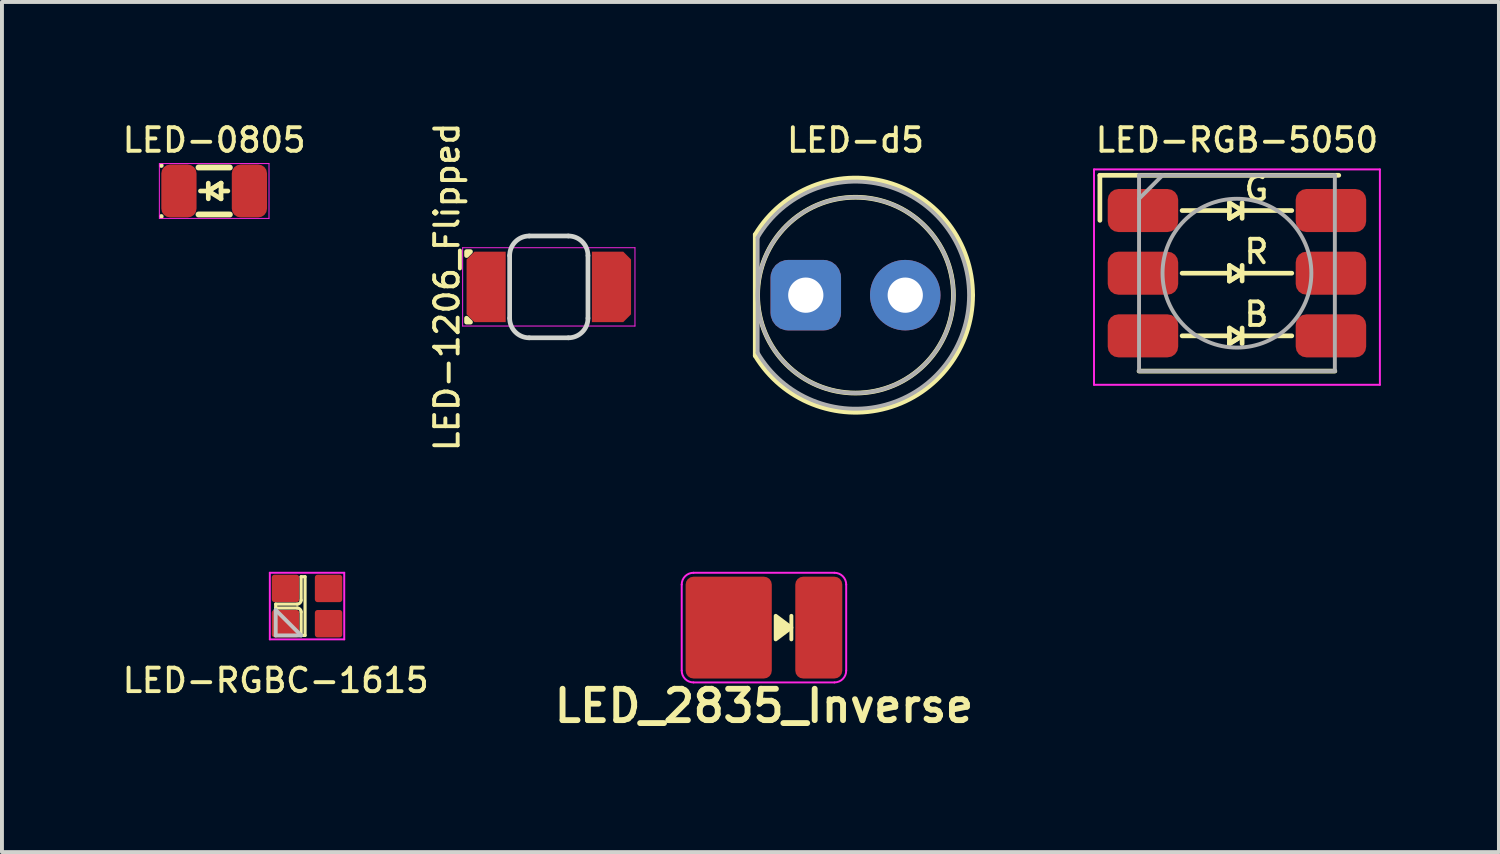
<source format=kicad_pcb>
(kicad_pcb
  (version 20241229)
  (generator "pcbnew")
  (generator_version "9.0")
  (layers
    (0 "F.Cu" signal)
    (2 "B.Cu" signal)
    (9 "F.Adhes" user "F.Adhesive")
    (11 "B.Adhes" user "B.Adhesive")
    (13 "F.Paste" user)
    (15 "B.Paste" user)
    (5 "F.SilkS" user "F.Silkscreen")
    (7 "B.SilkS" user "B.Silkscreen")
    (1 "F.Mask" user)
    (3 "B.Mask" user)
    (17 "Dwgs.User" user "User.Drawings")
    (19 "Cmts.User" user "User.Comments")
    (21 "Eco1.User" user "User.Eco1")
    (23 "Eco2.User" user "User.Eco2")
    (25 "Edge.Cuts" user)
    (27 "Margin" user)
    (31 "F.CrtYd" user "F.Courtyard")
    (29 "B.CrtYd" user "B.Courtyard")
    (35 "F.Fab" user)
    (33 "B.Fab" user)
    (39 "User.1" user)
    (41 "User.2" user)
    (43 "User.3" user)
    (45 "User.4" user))
  (footprint "LED-0805"
    (layer "F.Cu")
    (at 2.419 1.827)
    (property "Reference" "LED-0805" (at 0 -1.3 0) (layer "F.SilkS") (effects (font (size 0.6 0.6) (thickness 0.1))))
    (attr through_hole)
    (fp_line (start -1.35 -0.65) (end -1.35 -0.65) (stroke (width 0.12) (type solid)) (layer "F.SilkS"))
    (fp_line (start -1.35 0.65) (end -1.35 0.65) (stroke (width 0.12) (type solid)) (layer "F.SilkS"))
    (fp_line (start -0.4 -0.6) (end 0.4 -0.6) (stroke (width 0.15) (type solid)) (layer "F.SilkS"))
    (fp_line (start -0.4 0.6) (end 0.4 0.6) (stroke (width 0.15) (type solid)) (layer "F.SilkS"))
    (fp_line (start -0.35 0) (end -0.15 0) (stroke (width 0.12) (type solid)) (layer "F.SilkS"))
    (fp_line (start -0.15 0) (end 0.175 -0.2) (stroke (width 0.12) (type solid)) (layer "F.SilkS"))
    (fp_line (start -0.15 0) (end 0.175 -0.2) (stroke (width 0.12) (type solid)) (layer "F.SilkS"))
    (fp_line (start -0.15 0) (end 0.175 0.2) (stroke (width 0.12) (type solid)) (layer "F.SilkS"))
    (fp_line (start -0.15 0.2) (end -0.15 -0.2) (stroke (width 0.12) (type solid)) (layer "F.SilkS"))
    (fp_line (start 0.175 0.2) (end 0.175 -0.2) (stroke (width 0.12) (type solid)) (layer "F.SilkS"))
    (fp_line (start 0.35 0) (end 0.175 0) (stroke (width 0.12) (type solid)) (layer "F.SilkS"))
    (fp_line (start -1.4 -0.7) (end 1.4 -0.7) (stroke (width 0.025) (type solid)) (layer "F.CrtYd"))
    (fp_line (start -1.4 0.7) (end -1.4 -0.7) (stroke (width 0.025) (type solid)) (layer "F.CrtYd"))
    (fp_line (start 1.4 -0.7) (end 1.4 0.7) (stroke (width 0.025) (type solid)) (layer "F.CrtYd"))
    (fp_line (start 1.4 0.7) (end -1.4 0.7) (stroke (width 0.025) (type solid)) (layer "F.CrtYd"))
    (pad "1" smd roundrect (at -0.9 0) (size 0.9 1.35) (layers "F.Cu" "F.Mask" "F.Paste") (roundrect_rratio 0.25))
    (pad "2" smd roundrect (at 0.9 0) (size 0.9 1.35) (layers "F.Cu" "F.Mask" "F.Paste") (roundrect_rratio 0.25)))
  (footprint "LED-RGBC-1615"
    (layer "F.Cu")
    (at 3.99 13.176)
    (property "Reference" "LED-RGBC-1615" (at 0 1.15 180) (layer "F.SilkS") (effects (font (size 0.6 0.6) (thickness 0.1) (bold yes))))
    (attr smd)
    (fp_line (start 0 -0.8) (end 0 -0.7) (stroke (width 0.08) (type solid)) (layer "F.SilkS"))
    (fp_line (start 0 -0.7) (end 0.55 -0.7) (stroke (width 0.08) (type solid)) (layer "F.SilkS"))
    (fp_line (start 0.55 -0.8) (end 0 -0.8) (stroke (width 0.08) (type solid)) (layer "F.SilkS"))
    (fp_line (start 0.65 -1.5) (end 0.65 -0.9) (stroke (width 0.08) (type solid)) (layer "F.SilkS"))
    (fp_line (start 0.65 -1.5) (end 0.75 -1.5) (stroke (width 0.08) (type solid)) (layer "F.SilkS"))
    (fp_line (start 0.65 -0.6) (end 0.65 0) (stroke (width 0.08) (type solid)) (layer "F.SilkS"))
    (fp_line (start 0.65 0) (end 0.75 0) (stroke (width 0.08) (type solid)) (layer "F.SilkS"))
    (fp_line (start 0.75 -1.5) (end 0.75 0) (stroke (width 0.08) (type solid)) (layer "F.SilkS"))
    (fp_arc (start 0.55 -0.7) (mid 0.620711 -0.670711) (end 0.65 -0.6) (stroke (width 0.08) (type solid)) (layer "F.SilkS"))
    (fp_arc (start 0.65 -0.9) (mid 0.620711 -0.829289) (end 0.55 -0.8) (stroke (width 0.08) (type solid)) (layer "F.SilkS"))
    (fp_line (start 0 -0.65) (end 0.65 0) (stroke (width 0.1) (type default)) (layer "Dwgs.User"))
    (fp_line (start 0 0) (end 0 -0.65) (stroke (width 0.1) (type default)) (layer "Dwgs.User"))
    (fp_line (start 0.65 0) (end 0 0) (stroke (width 0.1) (type default)) (layer "Dwgs.User"))
    (fp_line (start -0.15 -1.6) (end -0.15 0.1) (stroke (width 0.05) (type solid)) (layer "F.CrtYd"))
    (fp_line (start -0.15 0.1) (end 1.75 0.1) (stroke (width 0.05) (type solid)) (layer "F.CrtYd"))
    (fp_line (start 1.75 -1.6) (end -0.15 -1.6) (stroke (width 0.05) (type solid)) (layer "F.CrtYd"))
    (fp_line (start 1.75 0.1) (end 1.75 -1.6) (stroke (width 0.05) (type solid)) (layer "F.CrtYd"))
    (pad "1" smd roundrect (at 0.25 -1.2 180) (size 0.7 0.7) (layers "F.Cu" "F.Mask" "F.Paste") (roundrect_rratio 0.1))
    (pad "2" smd roundrect (at 1.35 -1.2 180) (size 0.7 0.7) (layers "F.Cu" "F.Mask" "F.Paste") (roundrect_rratio 0.1))
    (pad "3" smd roundrect (at 0.25 -0.3 180) (size 0.7 0.7) (layers "F.Cu" "F.Mask" "F.Paste") (roundrect_rratio 0.1))
    (pad "4" smd roundrect (at 1.35 -0.3 180) (size 0.7 0.7) (layers "F.Cu" "F.Mask" "F.Paste") (roundrect_rratio 0.1)))
  (footprint "LED_2835_Inverse"
    (layer "F.Cu")
    (at 16.458 12.976)
    (property "Reference" "LED_2835_Inverse" (at 0 2 180) (layer "F.SilkS") (effects (font (size 0.8 0.8) (thickness 0.15))))
    (attr smd)
    (fp_line (start 0.7 -0.3) (end 0.7 0.3) (stroke (width 0.1) (type default)) (layer "F.SilkS"))
    (fp_poly (pts (xy 0.3 -0.3) (xy 0.3 0.3) (xy 0.7 0)) (stroke (width 0.1) (type solid)) (fill yes) (layer "F.SilkS"))
    (fp_line (start -2.1 1.1) (end -2.1 -1.1) (stroke (width 0.05) (type solid)) (layer "F.CrtYd"))
    (fp_line (start -1.8 -1.4) (end 1.8 -1.4) (stroke (width 0.05) (type solid)) (layer "F.CrtYd"))
    (fp_line (start 1.8 1.4) (end -1.8 1.4) (stroke (width 0.05) (type solid)) (layer "F.CrtYd"))
    (fp_line (start 2.1 -1.1) (end 2.1 1.1) (stroke (width 0.05) (type solid)) (layer "F.CrtYd"))
    (fp_arc (start -2.1 -1.1) (mid -2.012132 -1.312132) (end -1.8 -1.4) (stroke (width 0.05) (type default)) (layer "F.CrtYd"))
    (fp_arc (start -1.8 1.4) (mid -2.012132 1.312132) (end -2.1 1.1) (stroke (width 0.05) (type default)) (layer "F.CrtYd"))
    (fp_arc (start 1.8 -1.4) (mid 2.012132 -1.312132) (end 2.1 -1.1) (stroke (width 0.05) (type default)) (layer "F.CrtYd"))
    (fp_arc (start 2.1 1.1) (mid 2.012132 1.312132) (end 1.8 1.4) (stroke (width 0.05) (type default)) (layer "F.CrtYd"))
    (pad "1" smd roundrect (at 1.4 0) (size 1.2 2.6) (layers "F.Cu" "F.Mask" "F.Paste") (roundrect_rratio 0.167))
    (pad "2" smd roundrect (at -0.9 0) (size 2.2 2.6) (layers "F.Cu" "F.Mask" "F.Paste") (roundrect_rratio 0.091)))
  (footprint "LED-1206_Flipped"
    (layer "F.Cu")
    (at 10.964 4.276)
    (property "Reference" "LED-1206_Flipped" (at -2.6 0 90) (layer "F.SilkS") (effects (font (size 0.6 0.6) (thickness 0.1))))
    (attr through_hole exclude_from_pos_files exclude_from_bom)
    (fp_poly (pts (xy -2.1 -0.8) (xy -2 -0.9) (xy -2.1 -0.9)) (stroke (width 0.12) (type solid)) (fill yes) (layer "F.SilkS"))
    (fp_poly (pts (xy -2.1 0.9) (xy -2 0.9) (xy -2.1 0.8)) (stroke (width 0.12) (type solid)) (fill yes) (layer "F.SilkS"))
    (fp_line (start -1 -0.8) (end -1 0.8) (stroke (width 0.12) (type default)) (layer "Edge.Cuts"))
    (fp_line (start -0.5 1.3) (end 0.5 1.3) (stroke (width 0.12) (type default)) (layer "Edge.Cuts"))
    (fp_line (start 0.5 -1.3) (end -0.5 -1.3) (stroke (width 0.12) (type default)) (layer "Edge.Cuts"))
    (fp_line (start 1 0.8) (end 1 -0.8) (stroke (width 0.12) (type default)) (layer "Edge.Cuts"))
    (fp_arc (start -1 -0.8) (mid -0.853553 -1.153553) (end -0.5 -1.3) (stroke (width 0.12) (type default)) (layer "Edge.Cuts"))
    (fp_arc (start -0.5 1.3) (mid -0.853553 1.153553) (end -1 0.8) (stroke (width 0.12) (type default)) (layer "Edge.Cuts"))
    (fp_arc (start 0.5 -1.3) (mid 0.853553 -1.153553) (end 1 -0.8) (stroke (width 0.12) (type default)) (layer "Edge.Cuts"))
    (fp_arc (start 1 0.8) (mid 0.853553 1.153553) (end 0.5 1.3) (stroke (width 0.12) (type default)) (layer "Edge.Cuts"))
    (fp_line (start -2.2 -1) (end 2.2 -1) (stroke (width 0.025) (type solid)) (layer "F.CrtYd"))
    (fp_line (start -2.2 1) (end -2.2 -1) (stroke (width 0.025) (type solid)) (layer "F.CrtYd"))
    (fp_line (start 2.2 -1) (end 2.2 1) (stroke (width 0.025) (type solid)) (layer "F.CrtYd"))
    (fp_line (start 2.2 1) (end -2.2 1) (stroke (width 0.025) (type solid)) (layer "F.CrtYd"))
    (pad "1" smd roundrect (at -1.6 0) (size 1 1.8) (layers "F.Cu" "F.Mask" "F.Paste") (roundrect_rratio 0) (chamfer_ratio 0.2) (chamfer top_left bottom_left))
    (pad "2" smd roundrect (at 1.6 0 180) (size 1 1.8) (layers "F.Cu" "F.Mask" "F.Paste") (roundrect_rratio 0) (chamfer_ratio 0.2) (chamfer top_left bottom_left)))
  (footprint "LED-RGB-5050"
    (layer "F.Cu")
    (at 28.536 3.926)
    (property "Reference" "LED-RGB-5050" (at 0 -3.4 180) (layer "F.SilkS") (effects (font (size 0.6 0.6) (thickness 0.1) (bold yes))))
    (attr smd)
    (fp_line (start -3.5 -2.5) (end 2.6 -2.5) (stroke (width 0.12) (type solid)) (layer "F.SilkS"))
    (fp_line (start -3.5 -1.35) (end -3.5 -2.5) (stroke (width 0.12) (type solid)) (layer "F.SilkS"))
    (fp_line (start -1.4 -1.6) (end -0.193 -1.6) (stroke (width 0.12) (type solid)) (layer "F.SilkS"))
    (fp_line (start -1.4 0) (end -0.193 0) (stroke (width 0.12) (type solid)) (layer "F.SilkS"))
    (fp_line (start -1.4 1.6) (end -0.193 1.6) (stroke (width 0.12) (type solid)) (layer "F.SilkS"))
    (fp_line (start -0.193 -1.8) (end -0.193 -1.4) (stroke (width 0.12) (type solid)) (layer "F.SilkS"))
    (fp_line (start -0.193 -0.2) (end -0.193 0.2) (stroke (width 0.12) (type solid)) (layer "F.SilkS"))
    (fp_line (start -0.193 1.4) (end -0.193 1.8) (stroke (width 0.12) (type solid)) (layer "F.SilkS"))
    (fp_line (start 0.132 -1.8) (end 0.132 -1.4) (stroke (width 0.12) (type solid)) (layer "F.SilkS"))
    (fp_line (start 0.132 -1.6) (end -0.193 -1.8) (stroke (width 0.12) (type solid)) (layer "F.SilkS"))
    (fp_line (start 0.132 -1.6) (end -0.193 -1.4) (stroke (width 0.12) (type solid)) (layer "F.SilkS"))
    (fp_line (start 0.132 -1.6) (end -0.193 -1.4) (stroke (width 0.12) (type solid)) (layer "F.SilkS"))
    (fp_line (start 0.132 -0.2) (end 0.132 0.2) (stroke (width 0.12) (type solid)) (layer "F.SilkS"))
    (fp_line (start 0.132 0) (end -0.193 -0.2) (stroke (width 0.12) (type solid)) (layer "F.SilkS"))
    (fp_line (start 0.132 0) (end -0.193 0.2) (stroke (width 0.12) (type solid)) (layer "F.SilkS"))
    (fp_line (start 0.132 0) (end -0.193 0.2) (stroke (width 0.12) (type solid)) (layer "F.SilkS"))
    (fp_line (start 0.132 1.4) (end 0.132 1.8) (stroke (width 0.12) (type solid)) (layer "F.SilkS"))
    (fp_line (start 0.132 1.6) (end -0.193 1.4) (stroke (width 0.12) (type solid)) (layer "F.SilkS"))
    (fp_line (start 0.132 1.6) (end -0.193 1.8) (stroke (width 0.12) (type solid)) (layer "F.SilkS"))
    (fp_line (start 0.132 1.6) (end -0.193 1.8) (stroke (width 0.12) (type solid)) (layer "F.SilkS"))
    (fp_line (start 1.4 -1.6) (end 0.132 -1.6) (stroke (width 0.12) (type solid)) (layer "F.SilkS"))
    (fp_line (start 1.4 0) (end 0.132 0) (stroke (width 0.12) (type solid)) (layer "F.SilkS"))
    (fp_line (start 1.4 1.6) (end 0.132 1.6) (stroke (width 0.12) (type solid)) (layer "F.SilkS"))
    (fp_line (start 2.5 2.5) (end -2.5 2.5) (stroke (width 0.12) (type solid)) (layer "F.SilkS"))
    (fp_line (start -3.65 -2.65) (end -3.65 2.85) (stroke (width 0.05) (type solid)) (layer "F.CrtYd"))
    (fp_line (start -3.65 2.85) (end 3.65 2.85) (stroke (width 0.05) (type solid)) (layer "F.CrtYd"))
    (fp_line (start 3.65 -2.65) (end -3.65 -2.65) (stroke (width 0.05) (type solid)) (layer "F.CrtYd"))
    (fp_line (start 3.65 2.85) (end 3.65 -2.65) (stroke (width 0.05) (type solid)) (layer "F.CrtYd"))
    (fp_line (start -2.5 -2.5) (end -2.5 2.5) (stroke (width 0.1) (type solid)) (layer "F.Fab"))
    (fp_line (start -2.5 -1.9) (end -1.9 -2.5) (stroke (width 0.1) (type solid)) (layer "F.Fab"))
    (fp_line (start -2.5 2.5) (end 2.5 2.5) (stroke (width 0.1) (type solid)) (layer "F.Fab"))
    (fp_line (start 2.5 -2.5) (end -2.5 -2.5) (stroke (width 0.1) (type solid)) (layer "F.Fab"))
    (fp_line (start 2.5 2.5) (end 2.5 -2.5) (stroke (width 0.1) (type solid)) (layer "F.Fab"))
    (fp_circle (center 0 0) (end 0 -1.9) (stroke (width 0.1) (type solid)) (fill no) (layer "F.Fab"))
    (fp_text user "B" (at 0.132 1.4 0) (unlocked yes) (layer "F.SilkS") (effects (font (size 0.6 0.6) (thickness 0.1) (bold yes)) (justify left bottom)))
    (fp_text user "G" (at 0.132 -1.8 0) (unlocked yes) (layer "F.SilkS") (effects (font (size 0.6 0.6) (thickness 0.1) (bold yes)) (justify left bottom)))
    (fp_text user "R" (at 0.132 -0.2 0) (unlocked yes) (layer "F.SilkS") (effects (font (size 0.6 0.6) (thickness 0.1) (bold yes)) (justify left bottom)))
    (pad "1" smd roundrect (at -2.4 -1.6 90) (size 1.1 1.8) (layers "F.Cu" "F.Mask" "F.Paste") (roundrect_rratio 0.25))
    (pad "2" smd roundrect (at -2.4 0 90) (size 1.1 1.8) (layers "F.Cu" "F.Mask" "F.Paste") (roundrect_rratio 0.25))
    (pad "3" smd roundrect (at -2.4 1.6 90) (size 1.1 1.8) (layers "F.Cu" "F.Mask" "F.Paste") (roundrect_rratio 0.25))
    (pad "4" smd roundrect (at 2.4 1.6 90) (size 1.1 1.8) (layers "F.Cu" "F.Mask" "F.Paste") (roundrect_rratio 0.25))
    (pad "5" smd roundrect (at 2.4 0 90) (size 1.1 1.8) (layers "F.Cu" "F.Mask" "F.Paste") (roundrect_rratio 0.25))
    (pad "6" smd roundrect (at 2.4 -1.6 90) (size 1.1 1.8) (layers "F.Cu" "F.Mask" "F.Paste") (roundrect_rratio 0.25)))
  (footprint "LED-d5"
    (layer "F.Cu")
    (at 17.526 4.487)
    (property "Reference" "LED-d5" (at 1.27 -3.96 0) (layer "F.SilkS") (effects (font (size 0.6 0.6) (thickness 0.1) (bold yes))))
    (attr through_hole)
    (fp_line (start -1.29 -1.545) (end -1.29 1.545) (stroke (width 0.12) (type solid)) (layer "F.SilkS"))
    (fp_arc (start -1.29 -1.54483) (mid 2.072002 -2.880433) (end 4.26 0.000462) (stroke (width 0.12) (type solid)) (layer "F.SilkS"))
    (fp_arc (start 4.26 -0.000462) (mid 2.072002 2.880433) (end -1.29 1.54483) (stroke (width 0.12) (type solid)) (layer "F.SilkS"))
    (fp_circle (center 1.27 0) (end 3.77 0) (stroke (width 0.12) (type solid)) (fill no) (layer "F.SilkS"))
    (fp_line (start -1.23 -1.47) (end -1.23 1.47) (stroke (width 0.1) (type solid)) (layer "F.Fab"))
    (fp_arc (start -1.23 -1.469694) (mid 4.17 0.000016) (end -1.230016 1.469666) (stroke (width 0.1) (type solid)) (layer "F.Fab"))
    (fp_circle (center 1.27 0) (end 3.77 0) (stroke (width 0.1) (type solid)) (fill no) (layer "F.Fab"))
    (pad "1" thru_hole roundrect (at 0 0) (size 1.8 1.8) (drill 0.9) (layers "*.Cu" "*.Mask") (roundrect_rratio 0.25))
    (pad "2" thru_hole circle (at 2.54 0) (size 1.8 1.8) (drill 0.9) (layers "*.Cu" "*.Mask")))
  (gr_rect
    (start -3 -3)
    (end 35.226 18.708)
    (stroke (width 0.1) (type default))
    (fill no)
    (layer "Edge.Cuts")))
</source>
